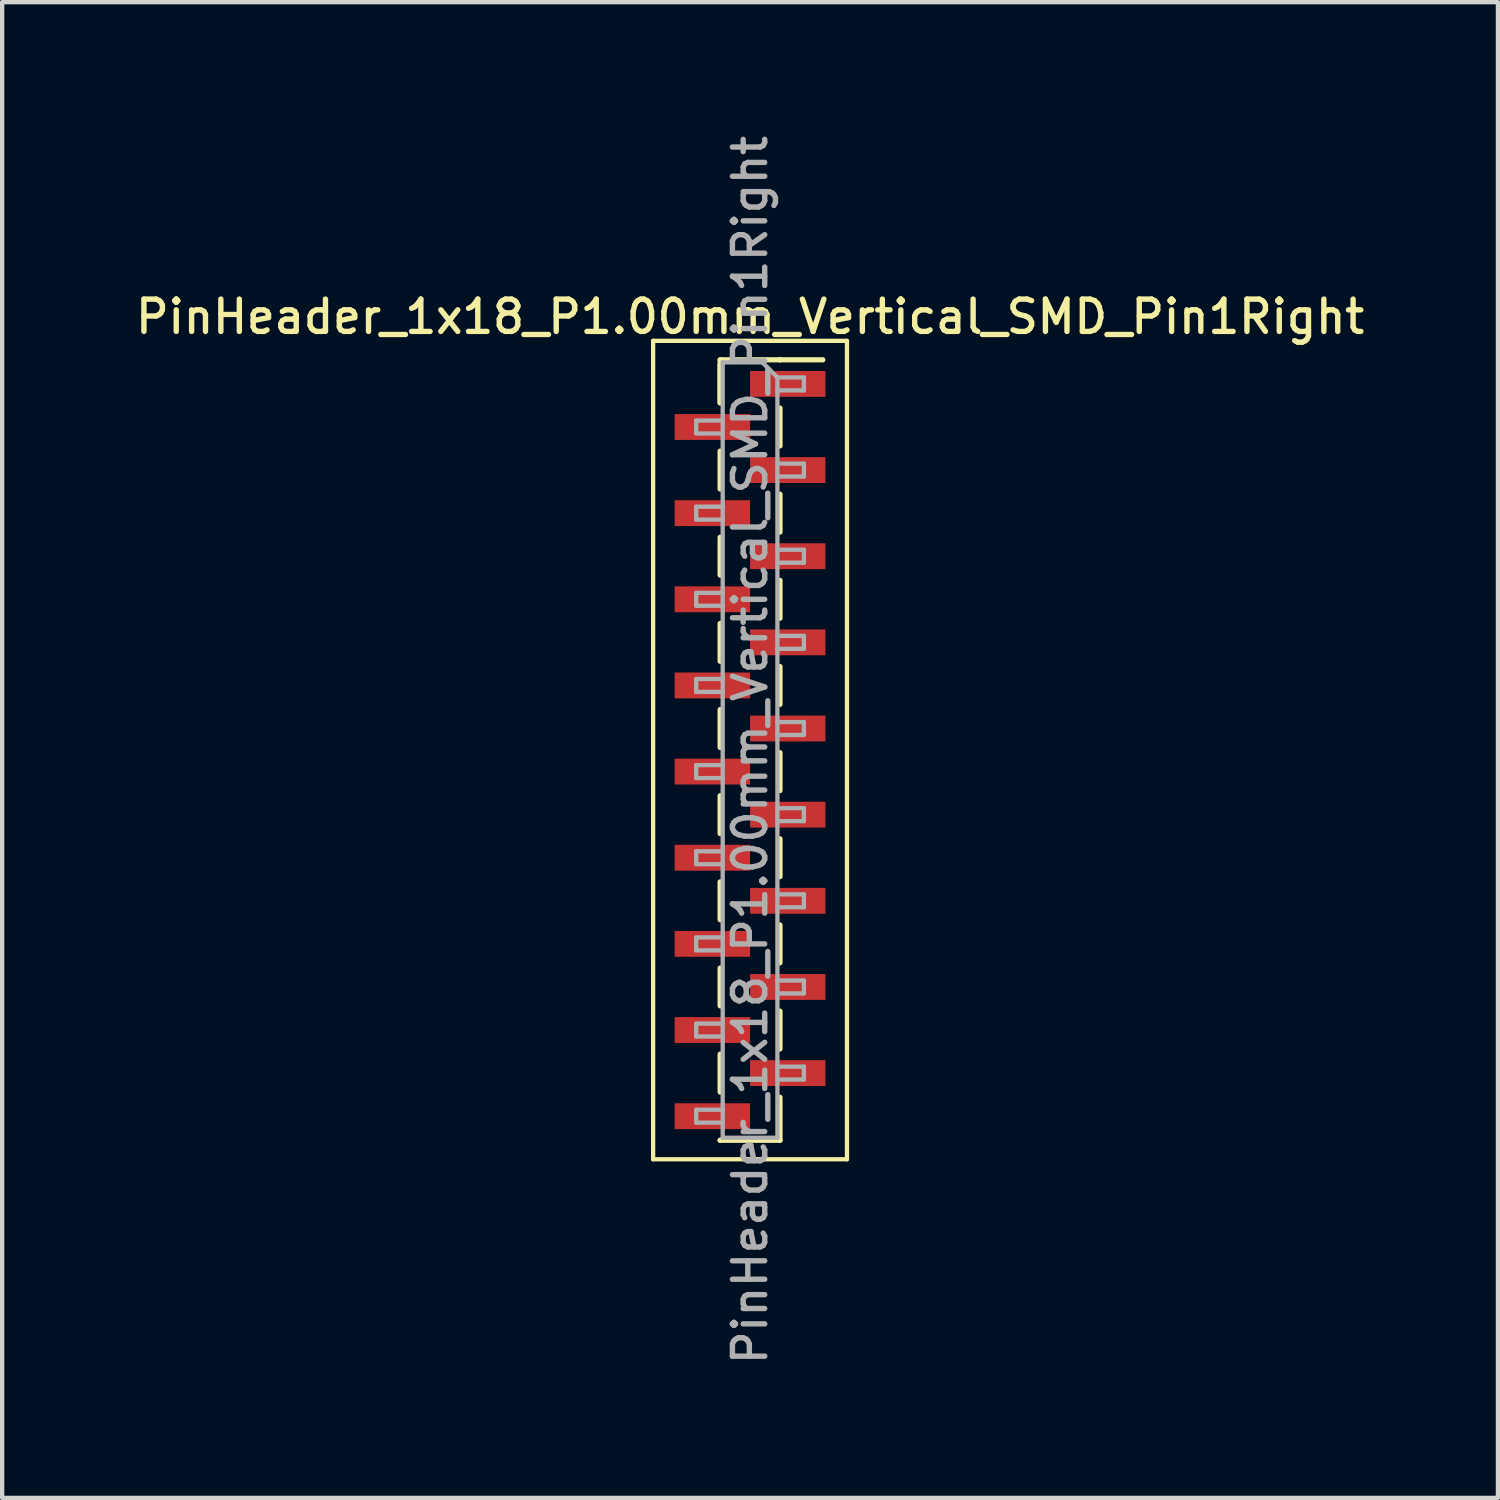
<source format=kicad_pcb>
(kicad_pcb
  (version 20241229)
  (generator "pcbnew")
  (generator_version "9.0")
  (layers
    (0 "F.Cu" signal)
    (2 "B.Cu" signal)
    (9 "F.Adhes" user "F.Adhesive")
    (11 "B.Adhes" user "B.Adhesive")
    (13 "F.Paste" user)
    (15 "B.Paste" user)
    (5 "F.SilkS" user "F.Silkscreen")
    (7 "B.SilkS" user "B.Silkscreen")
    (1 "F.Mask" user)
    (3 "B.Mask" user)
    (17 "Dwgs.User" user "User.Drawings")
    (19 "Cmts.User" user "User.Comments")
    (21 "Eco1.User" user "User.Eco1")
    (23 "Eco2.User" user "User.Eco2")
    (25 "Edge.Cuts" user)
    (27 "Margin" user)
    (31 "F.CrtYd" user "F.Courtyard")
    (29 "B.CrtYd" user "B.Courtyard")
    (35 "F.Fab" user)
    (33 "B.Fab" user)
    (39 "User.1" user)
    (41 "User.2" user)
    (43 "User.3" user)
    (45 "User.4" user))
  (footprint "PinHeader_1x18_P1.00mm_Vertical_SMD_Pin1Right"
    (layer "F.Cu")
    (at 14.363 14.363)
    (property "Reference" "PinHeader_1x18_P1.00mm_Vertical_SMD_Pin1Right" (at 0 -10.06 0) (layer "F.SilkS") (effects (font (size 0.75 0.75) (thickness 0.125))))
    (attr smd)
    (fp_line (start -2.25 -9.5) (end -2.25 9.5) (stroke (width 0.1) (type solid)) (layer "F.SilkS"))
    (fp_line (start -2.25 9.5) (end 2.25 9.5) (stroke (width 0.1) (type solid)) (layer "F.SilkS"))
    (fp_line (start -0.695 -9.06) (end -0.695 -8.06) (stroke (width 0.12) (type solid)) (layer "F.SilkS"))
    (fp_line (start -0.695 -9.06) (end 0.695 -9.06) (stroke (width 0.12) (type solid)) (layer "F.SilkS"))
    (fp_line (start -0.695 -8.94) (end -0.695 -8.06) (stroke (width 0.12) (type solid)) (layer "F.SilkS"))
    (fp_line (start -0.695 -6.94) (end -0.695 -6.06) (stroke (width 0.12) (type solid)) (layer "F.SilkS"))
    (fp_line (start -0.695 -4.94) (end -0.695 -4.06) (stroke (width 0.12) (type solid)) (layer "F.SilkS"))
    (fp_line (start -0.695 -2.94) (end -0.695 -2.06) (stroke (width 0.12) (type solid)) (layer "F.SilkS"))
    (fp_line (start -0.695 -0.94) (end -0.695 -0.06) (stroke (width 0.12) (type solid)) (layer "F.SilkS"))
    (fp_line (start -0.695 1.06) (end -0.695 1.94) (stroke (width 0.12) (type solid)) (layer "F.SilkS"))
    (fp_line (start -0.695 3.06) (end -0.695 3.94) (stroke (width 0.12) (type solid)) (layer "F.SilkS"))
    (fp_line (start -0.695 5.06) (end -0.695 5.94) (stroke (width 0.12) (type solid)) (layer "F.SilkS"))
    (fp_line (start -0.695 7.06) (end -0.695 7.94) (stroke (width 0.12) (type solid)) (layer "F.SilkS"))
    (fp_line (start -0.695 9.06) (end -0.695 9.06) (stroke (width 0.12) (type solid)) (layer "F.SilkS"))
    (fp_line (start -0.695 9.06) (end 0.695 9.06) (stroke (width 0.12) (type solid)) (layer "F.SilkS"))
    (fp_line (start 0.695 -9.06) (end 0.695 -9.06) (stroke (width 0.12) (type solid)) (layer "F.SilkS"))
    (fp_line (start 0.695 -9.06) (end 1.69 -9.06) (stroke (width 0.12) (type solid)) (layer "F.SilkS"))
    (fp_line (start 0.695 -7.94) (end 0.695 -7.06) (stroke (width 0.12) (type solid)) (layer "F.SilkS"))
    (fp_line (start 0.695 -5.94) (end 0.695 -5.06) (stroke (width 0.12) (type solid)) (layer "F.SilkS"))
    (fp_line (start 0.695 -3.94) (end 0.695 -3.06) (stroke (width 0.12) (type solid)) (layer "F.SilkS"))
    (fp_line (start 0.695 -1.94) (end 0.695 -1.06) (stroke (width 0.12) (type solid)) (layer "F.SilkS"))
    (fp_line (start 0.695 0.06) (end 0.695 0.94) (stroke (width 0.12) (type solid)) (layer "F.SilkS"))
    (fp_line (start 0.695 2.06) (end 0.695 2.94) (stroke (width 0.12) (type solid)) (layer "F.SilkS"))
    (fp_line (start 0.695 4.06) (end 0.695 4.94) (stroke (width 0.12) (type solid)) (layer "F.SilkS"))
    (fp_line (start 0.695 6.06) (end 0.695 6.94) (stroke (width 0.12) (type solid)) (layer "F.SilkS"))
    (fp_line (start 0.695 8.06) (end 0.695 9.06) (stroke (width 0.12) (type solid)) (layer "F.SilkS"))
    (fp_line (start 2.25 -9.5) (end -2.25 -9.5) (stroke (width 0.1) (type solid)) (layer "F.SilkS"))
    (fp_line (start 2.25 9.5) (end 2.25 -9.5) (stroke (width 0.1) (type solid)) (layer "F.SilkS"))
    (fp_line (start -1.25 -7.65) (end -1.25 -7.35) (stroke (width 0.1) (type solid)) (layer "F.Fab"))
    (fp_line (start -1.25 -7.35) (end -0.635 -7.35) (stroke (width 0.1) (type solid)) (layer "F.Fab"))
    (fp_line (start -1.25 -5.65) (end -1.25 -5.35) (stroke (width 0.1) (type solid)) (layer "F.Fab"))
    (fp_line (start -1.25 -5.35) (end -0.635 -5.35) (stroke (width 0.1) (type solid)) (layer "F.Fab"))
    (fp_line (start -1.25 -3.65) (end -1.25 -3.35) (stroke (width 0.1) (type solid)) (layer "F.Fab"))
    (fp_line (start -1.25 -3.35) (end -0.635 -3.35) (stroke (width 0.1) (type solid)) (layer "F.Fab"))
    (fp_line (start -1.25 -1.65) (end -1.25 -1.35) (stroke (width 0.1) (type solid)) (layer "F.Fab"))
    (fp_line (start -1.25 -1.35) (end -0.635 -1.35) (stroke (width 0.1) (type solid)) (layer "F.Fab"))
    (fp_line (start -1.25 0.35) (end -1.25 0.65) (stroke (width 0.1) (type solid)) (layer "F.Fab"))
    (fp_line (start -1.25 0.65) (end -0.635 0.65) (stroke (width 0.1) (type solid)) (layer "F.Fab"))
    (fp_line (start -1.25 2.35) (end -1.25 2.65) (stroke (width 0.1) (type solid)) (layer "F.Fab"))
    (fp_line (start -1.25 2.65) (end -0.635 2.65) (stroke (width 0.1) (type solid)) (layer "F.Fab"))
    (fp_line (start -1.25 4.35) (end -1.25 4.65) (stroke (width 0.1) (type solid)) (layer "F.Fab"))
    (fp_line (start -1.25 4.65) (end -0.635 4.65) (stroke (width 0.1) (type solid)) (layer "F.Fab"))
    (fp_line (start -1.25 6.35) (end -1.25 6.65) (stroke (width 0.1) (type solid)) (layer "F.Fab"))
    (fp_line (start -1.25 6.65) (end -0.635 6.65) (stroke (width 0.1) (type solid)) (layer "F.Fab"))
    (fp_line (start -1.25 8.35) (end -1.25 8.65) (stroke (width 0.1) (type solid)) (layer "F.Fab"))
    (fp_line (start -1.25 8.65) (end -0.635 8.65) (stroke (width 0.1) (type solid)) (layer "F.Fab"))
    (fp_line (start -0.635 -9) (end -0.635 9) (stroke (width 0.1) (type solid)) (layer "F.Fab"))
    (fp_line (start -0.635 -9) (end 0.285 -9) (stroke (width 0.1) (type solid)) (layer "F.Fab"))
    (fp_line (start -0.635 -7.65) (end -1.25 -7.65) (stroke (width 0.1) (type solid)) (layer "F.Fab"))
    (fp_line (start -0.635 -5.65) (end -1.25 -5.65) (stroke (width 0.1) (type solid)) (layer "F.Fab"))
    (fp_line (start -0.635 -3.65) (end -1.25 -3.65) (stroke (width 0.1) (type solid)) (layer "F.Fab"))
    (fp_line (start -0.635 -1.65) (end -1.25 -1.65) (stroke (width 0.1) (type solid)) (layer "F.Fab"))
    (fp_line (start -0.635 0.35) (end -1.25 0.35) (stroke (width 0.1) (type solid)) (layer "F.Fab"))
    (fp_line (start -0.635 2.35) (end -1.25 2.35) (stroke (width 0.1) (type solid)) (layer "F.Fab"))
    (fp_line (start -0.635 4.35) (end -1.25 4.35) (stroke (width 0.1) (type solid)) (layer "F.Fab"))
    (fp_line (start -0.635 6.35) (end -1.25 6.35) (stroke (width 0.1) (type solid)) (layer "F.Fab"))
    (fp_line (start -0.635 8.35) (end -1.25 8.35) (stroke (width 0.1) (type solid)) (layer "F.Fab"))
    (fp_line (start 0.635 -8.65) (end 0.285 -9) (stroke (width 0.1) (type solid)) (layer "F.Fab"))
    (fp_line (start 0.635 -8.65) (end 1.25 -8.65) (stroke (width 0.1) (type solid)) (layer "F.Fab"))
    (fp_line (start 0.635 -6.65) (end 1.25 -6.65) (stroke (width 0.1) (type solid)) (layer "F.Fab"))
    (fp_line (start 0.635 -4.65) (end 1.25 -4.65) (stroke (width 0.1) (type solid)) (layer "F.Fab"))
    (fp_line (start 0.635 -2.65) (end 1.25 -2.65) (stroke (width 0.1) (type solid)) (layer "F.Fab"))
    (fp_line (start 0.635 -0.65) (end 1.25 -0.65) (stroke (width 0.1) (type solid)) (layer "F.Fab"))
    (fp_line (start 0.635 1.35) (end 1.25 1.35) (stroke (width 0.1) (type solid)) (layer "F.Fab"))
    (fp_line (start 0.635 3.35) (end 1.25 3.35) (stroke (width 0.1) (type solid)) (layer "F.Fab"))
    (fp_line (start 0.635 5.35) (end 1.25 5.35) (stroke (width 0.1) (type solid)) (layer "F.Fab"))
    (fp_line (start 0.635 7.35) (end 1.25 7.35) (stroke (width 0.1) (type solid)) (layer "F.Fab"))
    (fp_line (start 0.635 9) (end -0.635 9) (stroke (width 0.1) (type solid)) (layer "F.Fab"))
    (fp_line (start 0.635 9) (end 0.635 -8.65) (stroke (width 0.1) (type solid)) (layer "F.Fab"))
    (fp_line (start 1.25 -8.65) (end 1.25 -8.35) (stroke (width 0.1) (type solid)) (layer "F.Fab"))
    (fp_line (start 1.25 -8.35) (end 0.635 -8.35) (stroke (width 0.1) (type solid)) (layer "F.Fab"))
    (fp_line (start 1.25 -6.65) (end 1.25 -6.35) (stroke (width 0.1) (type solid)) (layer "F.Fab"))
    (fp_line (start 1.25 -6.35) (end 0.635 -6.35) (stroke (width 0.1) (type solid)) (layer "F.Fab"))
    (fp_line (start 1.25 -4.65) (end 1.25 -4.35) (stroke (width 0.1) (type solid)) (layer "F.Fab"))
    (fp_line (start 1.25 -4.35) (end 0.635 -4.35) (stroke (width 0.1) (type solid)) (layer "F.Fab"))
    (fp_line (start 1.25 -2.65) (end 1.25 -2.35) (stroke (width 0.1) (type solid)) (layer "F.Fab"))
    (fp_line (start 1.25 -2.35) (end 0.635 -2.35) (stroke (width 0.1) (type solid)) (layer "F.Fab"))
    (fp_line (start 1.25 -0.65) (end 1.25 -0.35) (stroke (width 0.1) (type solid)) (layer "F.Fab"))
    (fp_line (start 1.25 -0.35) (end 0.635 -0.35) (stroke (width 0.1) (type solid)) (layer "F.Fab"))
    (fp_line (start 1.25 1.35) (end 1.25 1.65) (stroke (width 0.1) (type solid)) (layer "F.Fab"))
    (fp_line (start 1.25 1.65) (end 0.635 1.65) (stroke (width 0.1) (type solid)) (layer "F.Fab"))
    (fp_line (start 1.25 3.35) (end 1.25 3.65) (stroke (width 0.1) (type solid)) (layer "F.Fab"))
    (fp_line (start 1.25 3.65) (end 0.635 3.65) (stroke (width 0.1) (type solid)) (layer "F.Fab"))
    (fp_line (start 1.25 5.35) (end 1.25 5.65) (stroke (width 0.1) (type solid)) (layer "F.Fab"))
    (fp_line (start 1.25 5.65) (end 0.635 5.65) (stroke (width 0.1) (type solid)) (layer "F.Fab"))
    (fp_line (start 1.25 7.35) (end 1.25 7.65) (stroke (width 0.1) (type solid)) (layer "F.Fab"))
    (fp_line (start 1.25 7.65) (end 0.635 7.65) (stroke (width 0.1) (type solid)) (layer "F.Fab"))
    (fp_text user "${REFERENCE}" (at 0 0 90) (layer "F.Fab") (effects (font (size 0.75 0.75) (thickness 0.125))))
    (pad "1" smd rect (at 0.875 -8.5) (size 1.75 0.6) (layers "F.Cu" "F.Mask" "F.Paste"))
    (pad "2" smd rect (at -0.875 -7.5) (size 1.75 0.6) (layers "F.Cu" "F.Mask" "F.Paste"))
    (pad "3" smd rect (at 0.875 -6.5) (size 1.75 0.6) (layers "F.Cu" "F.Mask" "F.Paste"))
    (pad "4" smd rect (at -0.875 -5.5) (size 1.75 0.6) (layers "F.Cu" "F.Mask" "F.Paste"))
    (pad "5" smd rect (at 0.875 -4.5) (size 1.75 0.6) (layers "F.Cu" "F.Mask" "F.Paste"))
    (pad "6" smd rect (at -0.875 -3.5) (size 1.75 0.6) (layers "F.Cu" "F.Mask" "F.Paste"))
    (pad "7" smd rect (at 0.875 -2.5) (size 1.75 0.6) (layers "F.Cu" "F.Mask" "F.Paste"))
    (pad "8" smd rect (at -0.875 -1.5) (size 1.75 0.6) (layers "F.Cu" "F.Mask" "F.Paste"))
    (pad "9" smd rect (at 0.875 -0.5) (size 1.75 0.6) (layers "F.Cu" "F.Mask" "F.Paste"))
    (pad "10" smd rect (at -0.875 0.5) (size 1.75 0.6) (layers "F.Cu" "F.Mask" "F.Paste"))
    (pad "11" smd rect (at 0.875 1.5) (size 1.75 0.6) (layers "F.Cu" "F.Mask" "F.Paste"))
    (pad "12" smd rect (at -0.875 2.5) (size 1.75 0.6) (layers "F.Cu" "F.Mask" "F.Paste"))
    (pad "13" smd rect (at 0.875 3.5) (size 1.75 0.6) (layers "F.Cu" "F.Mask" "F.Paste"))
    (pad "14" smd rect (at -0.875 4.5) (size 1.75 0.6) (layers "F.Cu" "F.Mask" "F.Paste"))
    (pad "15" smd rect (at 0.875 5.5) (size 1.75 0.6) (layers "F.Cu" "F.Mask" "F.Paste"))
    (pad "16" smd rect (at -0.875 6.5) (size 1.75 0.6) (layers "F.Cu" "F.Mask" "F.Paste"))
    (pad "17" smd rect (at 0.875 7.5) (size 1.75 0.6) (layers "F.Cu" "F.Mask" "F.Paste"))
    (pad "18" smd rect (at -0.875 8.5) (size 1.75 0.6) (layers "F.Cu" "F.Mask" "F.Paste")))
  (gr_rect
    (start -3 -3)
    (end 31.725 31.725)
    (stroke (width 0.1) (type default))
    (fill no)
    (layer "Edge.Cuts")))
</source>
